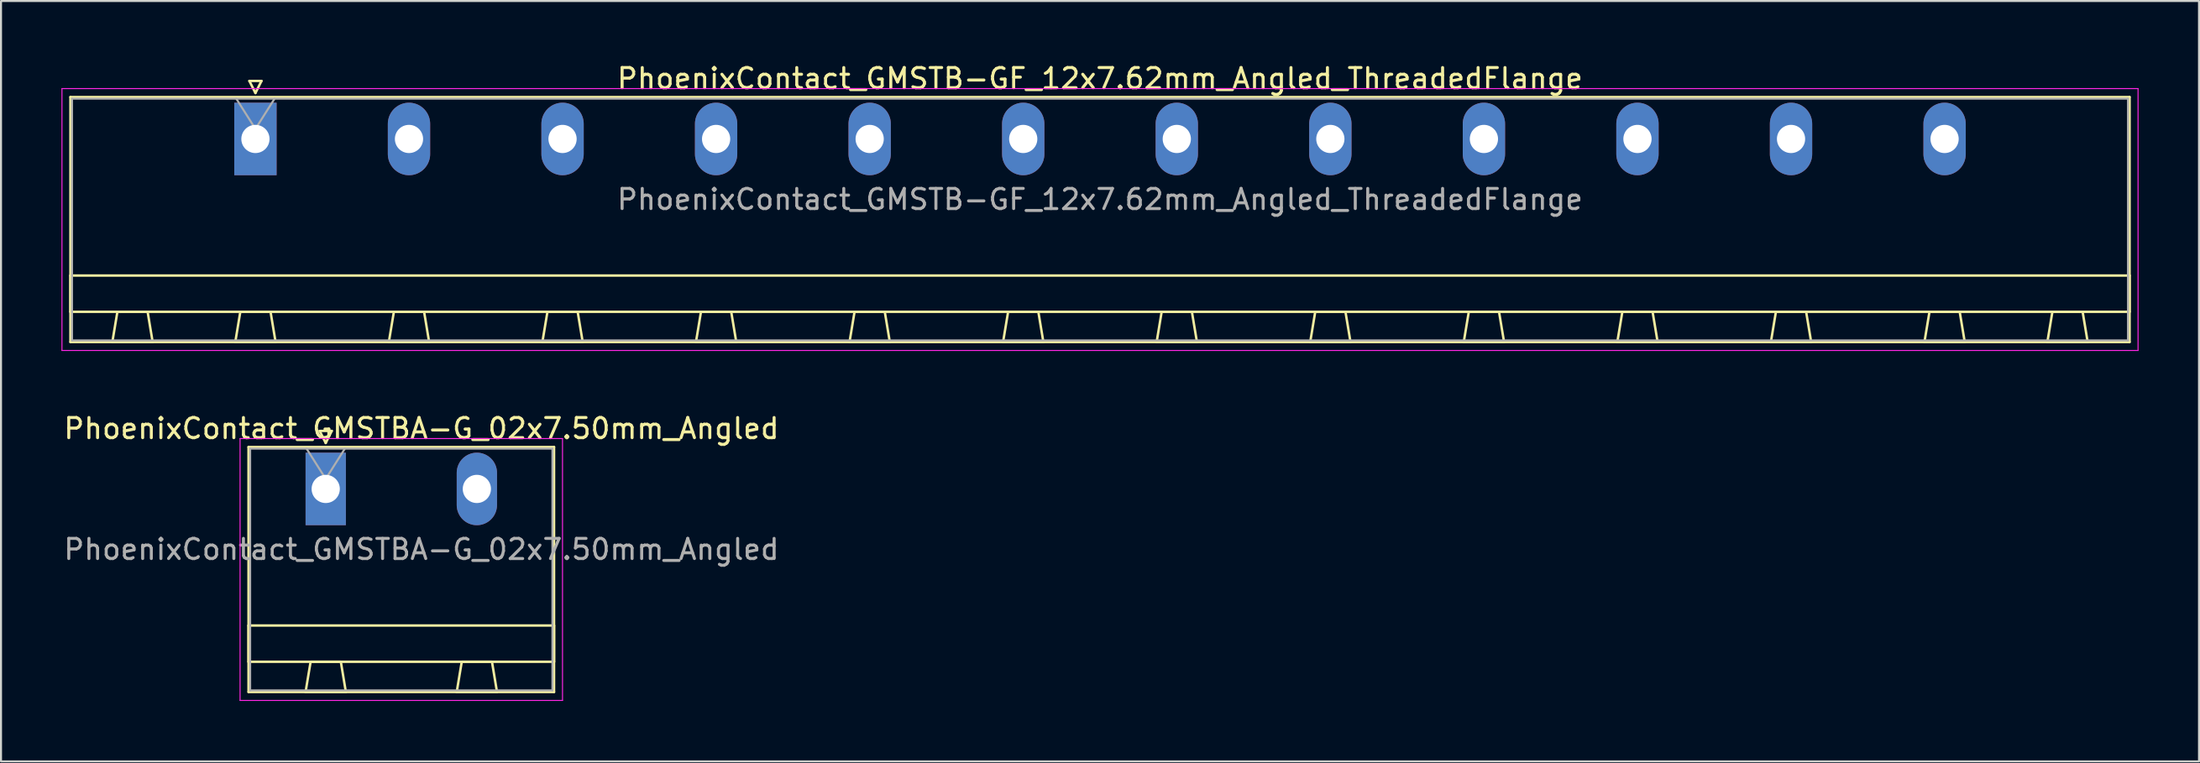
<source format=kicad_pcb>
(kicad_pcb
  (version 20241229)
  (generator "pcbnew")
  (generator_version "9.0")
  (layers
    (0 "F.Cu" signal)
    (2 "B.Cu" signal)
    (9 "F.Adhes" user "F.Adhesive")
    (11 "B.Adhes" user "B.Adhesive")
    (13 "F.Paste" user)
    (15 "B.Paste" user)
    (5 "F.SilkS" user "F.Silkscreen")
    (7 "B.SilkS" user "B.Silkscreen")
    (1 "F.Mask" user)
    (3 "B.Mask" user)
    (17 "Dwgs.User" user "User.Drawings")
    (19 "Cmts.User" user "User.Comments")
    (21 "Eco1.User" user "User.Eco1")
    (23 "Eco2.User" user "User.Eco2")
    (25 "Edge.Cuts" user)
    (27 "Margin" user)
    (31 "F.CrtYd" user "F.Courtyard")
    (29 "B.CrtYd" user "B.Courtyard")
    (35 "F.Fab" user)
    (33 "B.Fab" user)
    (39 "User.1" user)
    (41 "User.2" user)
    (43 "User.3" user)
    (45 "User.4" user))
  (footprint "PhoenixContact_GMSTB-GF_12x7.62mm_Angled_ThreadedFlange"
    (layer "F.Cu")
    (at 9.625 3.848)
    (property "Reference" "PhoenixContact_GMSTB-GF_12x7.62mm_Angled_ThreadedFlange" (at 41.91 -3 0) (layer "F.SilkS") (effects (font (size 1 1) (thickness 0.15))))
    (attr through_hole)
    (fp_line (start -9.18 -2.08) (end -9.18 10.08) (stroke (width 0.12) (type solid)) (layer "F.SilkS"))
    (fp_line (start -9.18 6.78) (end 93 6.78) (stroke (width 0.12) (type solid)) (layer "F.SilkS"))
    (fp_line (start -9.18 8.58) (end -9.18 6.78) (stroke (width 0.12) (type solid)) (layer "F.SilkS"))
    (fp_line (start -9.18 10.08) (end 93 10.08) (stroke (width 0.12) (type solid)) (layer "F.SilkS"))
    (fp_line (start -7.1 10.08) (end -5.1 10.08) (stroke (width 0.12) (type solid)) (layer "F.SilkS"))
    (fp_line (start -6.85 8.58) (end -7.1 10.08) (stroke (width 0.12) (type solid)) (layer "F.SilkS"))
    (fp_line (start -5.35 8.58) (end -6.85 8.58) (stroke (width 0.12) (type solid)) (layer "F.SilkS"))
    (fp_line (start -5.1 10.08) (end -5.35 8.58) (stroke (width 0.12) (type solid)) (layer "F.SilkS"))
    (fp_line (start -1 10.08) (end 1 10.08) (stroke (width 0.12) (type solid)) (layer "F.SilkS"))
    (fp_line (start -0.75 8.58) (end -1 10.08) (stroke (width 0.12) (type solid)) (layer "F.SilkS"))
    (fp_line (start -0.3 -2.88) (end 0.3 -2.88) (stroke (width 0.12) (type solid)) (layer "F.SilkS"))
    (fp_line (start 0 -2.28) (end -0.3 -2.88) (stroke (width 0.12) (type solid)) (layer "F.SilkS"))
    (fp_line (start 0.3 -2.88) (end 0 -2.28) (stroke (width 0.12) (type solid)) (layer "F.SilkS"))
    (fp_line (start 0.75 8.58) (end -0.75 8.58) (stroke (width 0.12) (type solid)) (layer "F.SilkS"))
    (fp_line (start 1 10.08) (end 0.75 8.58) (stroke (width 0.12) (type solid)) (layer "F.SilkS"))
    (fp_line (start 6.62 10.08) (end 8.62 10.08) (stroke (width 0.12) (type solid)) (layer "F.SilkS"))
    (fp_line (start 6.87 8.58) (end 6.62 10.08) (stroke (width 0.12) (type solid)) (layer "F.SilkS"))
    (fp_line (start 8.37 8.58) (end 6.87 8.58) (stroke (width 0.12) (type solid)) (layer "F.SilkS"))
    (fp_line (start 8.62 10.08) (end 8.37 8.58) (stroke (width 0.12) (type solid)) (layer "F.SilkS"))
    (fp_line (start 14.24 10.08) (end 16.24 10.08) (stroke (width 0.12) (type solid)) (layer "F.SilkS"))
    (fp_line (start 14.49 8.58) (end 14.24 10.08) (stroke (width 0.12) (type solid)) (layer "F.SilkS"))
    (fp_line (start 15.99 8.58) (end 14.49 8.58) (stroke (width 0.12) (type solid)) (layer "F.SilkS"))
    (fp_line (start 16.24 10.08) (end 15.99 8.58) (stroke (width 0.12) (type solid)) (layer "F.SilkS"))
    (fp_line (start 21.86 10.08) (end 23.86 10.08) (stroke (width 0.12) (type solid)) (layer "F.SilkS"))
    (fp_line (start 22.11 8.58) (end 21.86 10.08) (stroke (width 0.12) (type solid)) (layer "F.SilkS"))
    (fp_line (start 23.61 8.58) (end 22.11 8.58) (stroke (width 0.12) (type solid)) (layer "F.SilkS"))
    (fp_line (start 23.86 10.08) (end 23.61 8.58) (stroke (width 0.12) (type solid)) (layer "F.SilkS"))
    (fp_line (start 29.48 10.08) (end 31.48 10.08) (stroke (width 0.12) (type solid)) (layer "F.SilkS"))
    (fp_line (start 29.73 8.58) (end 29.48 10.08) (stroke (width 0.12) (type solid)) (layer "F.SilkS"))
    (fp_line (start 31.23 8.58) (end 29.73 8.58) (stroke (width 0.12) (type solid)) (layer "F.SilkS"))
    (fp_line (start 31.48 10.08) (end 31.23 8.58) (stroke (width 0.12) (type solid)) (layer "F.SilkS"))
    (fp_line (start 37.1 10.08) (end 39.1 10.08) (stroke (width 0.12) (type solid)) (layer "F.SilkS"))
    (fp_line (start 37.35 8.58) (end 37.1 10.08) (stroke (width 0.12) (type solid)) (layer "F.SilkS"))
    (fp_line (start 38.85 8.58) (end 37.35 8.58) (stroke (width 0.12) (type solid)) (layer "F.SilkS"))
    (fp_line (start 39.1 10.08) (end 38.85 8.58) (stroke (width 0.12) (type solid)) (layer "F.SilkS"))
    (fp_line (start 44.72 10.08) (end 46.72 10.08) (stroke (width 0.12) (type solid)) (layer "F.SilkS"))
    (fp_line (start 44.97 8.58) (end 44.72 10.08) (stroke (width 0.12) (type solid)) (layer "F.SilkS"))
    (fp_line (start 46.47 8.58) (end 44.97 8.58) (stroke (width 0.12) (type solid)) (layer "F.SilkS"))
    (fp_line (start 46.72 10.08) (end 46.47 8.58) (stroke (width 0.12) (type solid)) (layer "F.SilkS"))
    (fp_line (start 52.34 10.08) (end 54.34 10.08) (stroke (width 0.12) (type solid)) (layer "F.SilkS"))
    (fp_line (start 52.59 8.58) (end 52.34 10.08) (stroke (width 0.12) (type solid)) (layer "F.SilkS"))
    (fp_line (start 54.09 8.58) (end 52.59 8.58) (stroke (width 0.12) (type solid)) (layer "F.SilkS"))
    (fp_line (start 54.34 10.08) (end 54.09 8.58) (stroke (width 0.12) (type solid)) (layer "F.SilkS"))
    (fp_line (start 59.96 10.08) (end 61.96 10.08) (stroke (width 0.12) (type solid)) (layer "F.SilkS"))
    (fp_line (start 60.21 8.58) (end 59.96 10.08) (stroke (width 0.12) (type solid)) (layer "F.SilkS"))
    (fp_line (start 61.71 8.58) (end 60.21 8.58) (stroke (width 0.12) (type solid)) (layer "F.SilkS"))
    (fp_line (start 61.96 10.08) (end 61.71 8.58) (stroke (width 0.12) (type solid)) (layer "F.SilkS"))
    (fp_line (start 67.58 10.08) (end 69.58 10.08) (stroke (width 0.12) (type solid)) (layer "F.SilkS"))
    (fp_line (start 67.83 8.58) (end 67.58 10.08) (stroke (width 0.12) (type solid)) (layer "F.SilkS"))
    (fp_line (start 69.33 8.58) (end 67.83 8.58) (stroke (width 0.12) (type solid)) (layer "F.SilkS"))
    (fp_line (start 69.58 10.08) (end 69.33 8.58) (stroke (width 0.12) (type solid)) (layer "F.SilkS"))
    (fp_line (start 75.2 10.08) (end 77.2 10.08) (stroke (width 0.12) (type solid)) (layer "F.SilkS"))
    (fp_line (start 75.45 8.58) (end 75.2 10.08) (stroke (width 0.12) (type solid)) (layer "F.SilkS"))
    (fp_line (start 76.95 8.58) (end 75.45 8.58) (stroke (width 0.12) (type solid)) (layer "F.SilkS"))
    (fp_line (start 77.2 10.08) (end 76.95 8.58) (stroke (width 0.12) (type solid)) (layer "F.SilkS"))
    (fp_line (start 82.82 10.08) (end 84.82 10.08) (stroke (width 0.12) (type solid)) (layer "F.SilkS"))
    (fp_line (start 83.07 8.58) (end 82.82 10.08) (stroke (width 0.12) (type solid)) (layer "F.SilkS"))
    (fp_line (start 84.57 8.58) (end 83.07 8.58) (stroke (width 0.12) (type solid)) (layer "F.SilkS"))
    (fp_line (start 84.82 10.08) (end 84.57 8.58) (stroke (width 0.12) (type solid)) (layer "F.SilkS"))
    (fp_line (start 88.92 10.08) (end 90.92 10.08) (stroke (width 0.12) (type solid)) (layer "F.SilkS"))
    (fp_line (start 89.17 8.58) (end 88.92 10.08) (stroke (width 0.12) (type solid)) (layer "F.SilkS"))
    (fp_line (start 90.67 8.58) (end 89.17 8.58) (stroke (width 0.12) (type solid)) (layer "F.SilkS"))
    (fp_line (start 90.92 10.08) (end 90.67 8.58) (stroke (width 0.12) (type solid)) (layer "F.SilkS"))
    (fp_line (start 93 -2.08) (end -9.18 -2.08) (stroke (width 0.12) (type solid)) (layer "F.SilkS"))
    (fp_line (start 93 6.78) (end 93 8.58) (stroke (width 0.12) (type solid)) (layer "F.SilkS"))
    (fp_line (start 93 8.58) (end -9.18 8.58) (stroke (width 0.12) (type solid)) (layer "F.SilkS"))
    (fp_line (start 93 10.08) (end 93 -2.08) (stroke (width 0.12) (type solid)) (layer "F.SilkS"))
    (fp_line (start -9.6 -2.5) (end -9.6 10.5) (stroke (width 0.05) (type solid)) (layer "F.CrtYd"))
    (fp_line (start -9.6 10.5) (end 93.42 10.5) (stroke (width 0.05) (type solid)) (layer "F.CrtYd"))
    (fp_line (start 93.42 -2.5) (end -9.6 -2.5) (stroke (width 0.05) (type solid)) (layer "F.CrtYd"))
    (fp_line (start 93.42 10.5) (end 93.42 -2.5) (stroke (width 0.05) (type solid)) (layer "F.CrtYd"))
    (fp_line (start -9.1 -2) (end -9.1 10) (stroke (width 0.1) (type solid)) (layer "F.Fab"))
    (fp_line (start -9.1 10) (end 92.92 10) (stroke (width 0.1) (type solid)) (layer "F.Fab"))
    (fp_line (start 0 -0.5) (end -0.95 -2) (stroke (width 0.1) (type solid)) (layer "F.Fab"))
    (fp_line (start 0.95 -2) (end 0 -0.5) (stroke (width 0.1) (type solid)) (layer "F.Fab"))
    (fp_line (start 92.92 -2) (end -9.1 -2) (stroke (width 0.1) (type solid)) (layer "F.Fab"))
    (fp_line (start 92.92 10) (end 92.92 -2) (stroke (width 0.1) (type solid)) (layer "F.Fab"))
    (fp_text user "${REFERENCE}" (at 41.91 3 0) (layer "F.Fab") (effects (font (size 1 1) (thickness 0.15))))
    (pad "1" thru_hole rect (at 0 0) (size 2.1 3.6) (drill 1.4) (layers "*.Cu" "*.Mask"))
    (pad "2" thru_hole oval (at 7.62 0) (size 2.1 3.6) (drill 1.4) (layers "*.Cu" "*.Mask"))
    (pad "3" thru_hole oval (at 15.24 0) (size 2.1 3.6) (drill 1.4) (layers "*.Cu" "*.Mask"))
    (pad "4" thru_hole oval (at 22.86 0) (size 2.1 3.6) (drill 1.4) (layers "*.Cu" "*.Mask"))
    (pad "5" thru_hole oval (at 30.48 0) (size 2.1 3.6) (drill 1.4) (layers "*.Cu" "*.Mask"))
    (pad "6" thru_hole oval (at 38.1 0) (size 2.1 3.6) (drill 1.4) (layers "*.Cu" "*.Mask"))
    (pad "7" thru_hole oval (at 45.72 0) (size 2.1 3.6) (drill 1.4) (layers "*.Cu" "*.Mask"))
    (pad "8" thru_hole oval (at 53.34 0) (size 2.1 3.6) (drill 1.4) (layers "*.Cu" "*.Mask"))
    (pad "9" thru_hole oval (at 60.96 0) (size 2.1 3.6) (drill 1.4) (layers "*.Cu" "*.Mask"))
    (pad "10" thru_hole oval (at 68.58 0) (size 2.1 3.6) (drill 1.4) (layers "*.Cu" "*.Mask"))
    (pad "11" thru_hole oval (at 76.2 0) (size 2.1 3.6) (drill 1.4) (layers "*.Cu" "*.Mask"))
    (pad "12" thru_hole oval (at 83.82 0) (size 2.1 3.6) (drill 1.4) (layers "*.Cu" "*.Mask")))
  (footprint "PhoenixContact_GMSTBA-G_02x7.50mm_Angled"
    (layer "F.Cu")
    (at 13.113 21.221)
    (property "Reference" "PhoenixContact_GMSTBA-G_02x7.50mm_Angled" (at 4.75 -3 0) (layer "F.SilkS") (effects (font (size 1 1) (thickness 0.15))))
    (attr through_hole)
    (fp_line (start -3.83 -2.08) (end -3.83 10.08) (stroke (width 0.12) (type solid)) (layer "F.SilkS"))
    (fp_line (start -3.83 6.78) (end 11.33 6.78) (stroke (width 0.12) (type solid)) (layer "F.SilkS"))
    (fp_line (start -3.83 8.58) (end -3.83 6.78) (stroke (width 0.12) (type solid)) (layer "F.SilkS"))
    (fp_line (start -3.83 10.08) (end 11.33 10.08) (stroke (width 0.12) (type solid)) (layer "F.SilkS"))
    (fp_line (start -1 10.08) (end 1 10.08) (stroke (width 0.12) (type solid)) (layer "F.SilkS"))
    (fp_line (start -0.75 8.58) (end -1 10.08) (stroke (width 0.12) (type solid)) (layer "F.SilkS"))
    (fp_line (start -0.3 -2.88) (end 0.3 -2.88) (stroke (width 0.12) (type solid)) (layer "F.SilkS"))
    (fp_line (start 0 -2.28) (end -0.3 -2.88) (stroke (width 0.12) (type solid)) (layer "F.SilkS"))
    (fp_line (start 0.3 -2.88) (end 0 -2.28) (stroke (width 0.12) (type solid)) (layer "F.SilkS"))
    (fp_line (start 0.75 8.58) (end -0.75 8.58) (stroke (width 0.12) (type solid)) (layer "F.SilkS"))
    (fp_line (start 1 10.08) (end 0.75 8.58) (stroke (width 0.12) (type solid)) (layer "F.SilkS"))
    (fp_line (start 6.5 10.08) (end 8.5 10.08) (stroke (width 0.12) (type solid)) (layer "F.SilkS"))
    (fp_line (start 6.75 8.58) (end 6.5 10.08) (stroke (width 0.12) (type solid)) (layer "F.SilkS"))
    (fp_line (start 8.25 8.58) (end 6.75 8.58) (stroke (width 0.12) (type solid)) (layer "F.SilkS"))
    (fp_line (start 8.5 10.08) (end 8.25 8.58) (stroke (width 0.12) (type solid)) (layer "F.SilkS"))
    (fp_line (start 11.33 -2.08) (end -3.83 -2.08) (stroke (width 0.12) (type solid)) (layer "F.SilkS"))
    (fp_line (start 11.33 6.78) (end 11.33 8.58) (stroke (width 0.12) (type solid)) (layer "F.SilkS"))
    (fp_line (start 11.33 8.58) (end -3.83 8.58) (stroke (width 0.12) (type solid)) (layer "F.SilkS"))
    (fp_line (start 11.33 10.08) (end 11.33 -2.08) (stroke (width 0.12) (type solid)) (layer "F.SilkS"))
    (fp_line (start -4.25 -2.5) (end -4.25 10.5) (stroke (width 0.05) (type solid)) (layer "F.CrtYd"))
    (fp_line (start -4.25 10.5) (end 11.75 10.5) (stroke (width 0.05) (type solid)) (layer "F.CrtYd"))
    (fp_line (start 11.75 -2.5) (end -4.25 -2.5) (stroke (width 0.05) (type solid)) (layer "F.CrtYd"))
    (fp_line (start 11.75 10.5) (end 11.75 -2.5) (stroke (width 0.05) (type solid)) (layer "F.CrtYd"))
    (fp_line (start -3.75 -2) (end -3.75 10) (stroke (width 0.1) (type solid)) (layer "F.Fab"))
    (fp_line (start -3.75 10) (end 11.25 10) (stroke (width 0.1) (type solid)) (layer "F.Fab"))
    (fp_line (start 0 -0.5) (end -0.95 -2) (stroke (width 0.1) (type solid)) (layer "F.Fab"))
    (fp_line (start 0.95 -2) (end 0 -0.5) (stroke (width 0.1) (type solid)) (layer "F.Fab"))
    (fp_line (start 11.25 -2) (end -3.75 -2) (stroke (width 0.1) (type solid)) (layer "F.Fab"))
    (fp_line (start 11.25 10) (end 11.25 -2) (stroke (width 0.1) (type solid)) (layer "F.Fab"))
    (fp_text user "${REFERENCE}" (at 4.75 3 0) (layer "F.Fab") (effects (font (size 1 1) (thickness 0.15))))
    (pad "1" thru_hole rect (at 0 0) (size 2 3.6) (drill 1.4) (layers "*.Cu" "*.Mask"))
    (pad "2" thru_hole oval (at 7.5 0) (size 2 3.6) (drill 1.4) (layers "*.Cu" "*.Mask")))
  (gr_rect
    (start -3 -3)
    (end 106.07 34.746)
    (stroke (width 0.1) (type default))
    (fill no)
    (layer "Edge.Cuts")))
</source>
